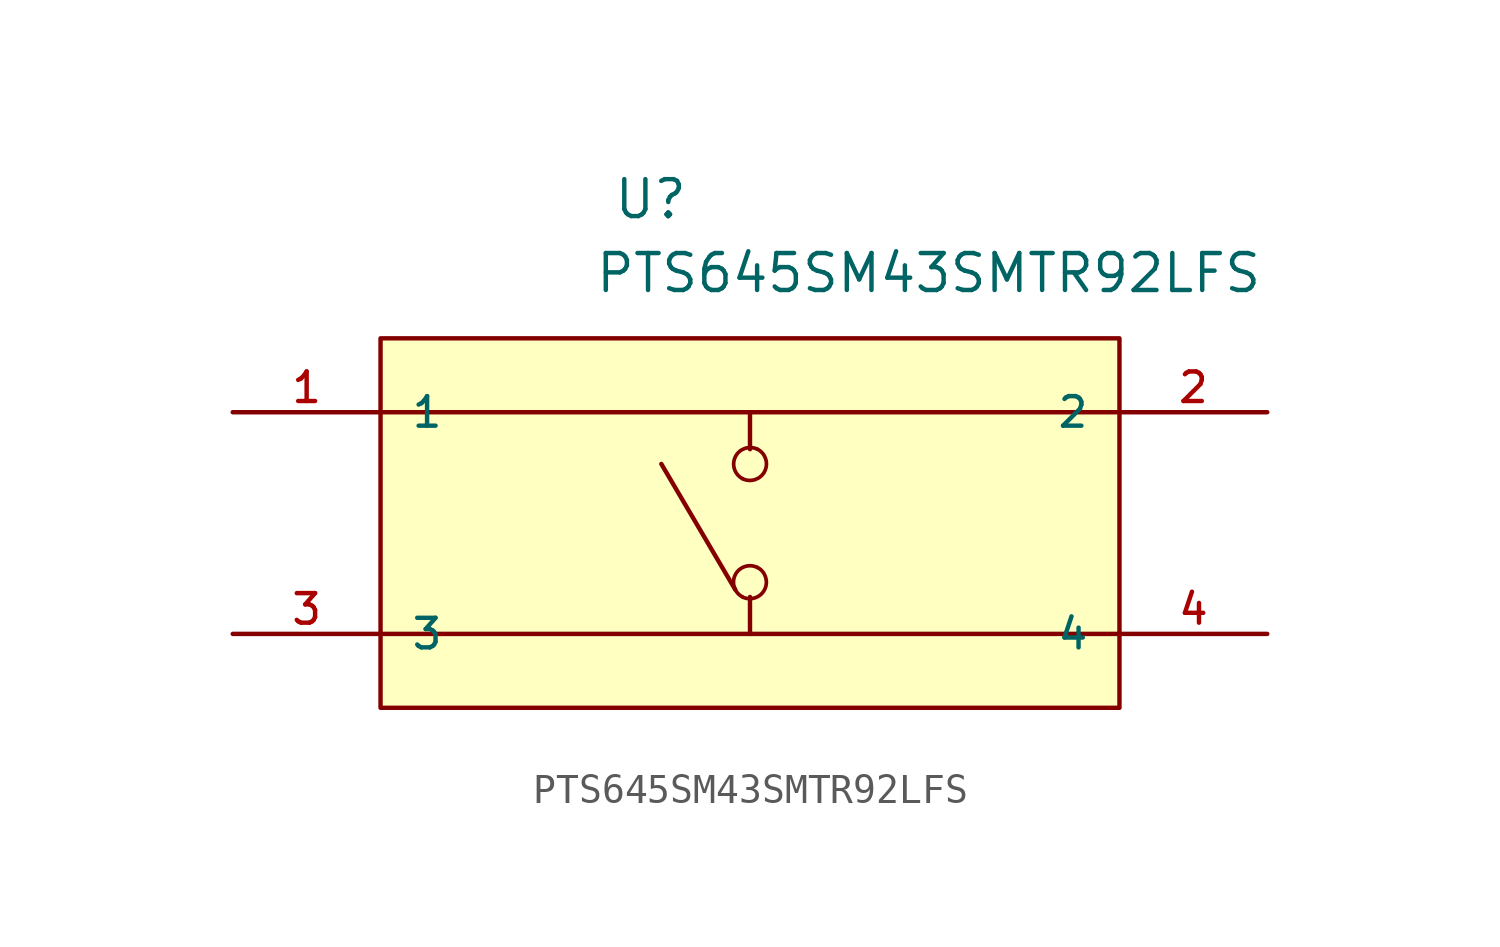
<source format=kicad_sym>
(kicad_symbol_lib
  (version 20211014)
  (generator kicad_symbol_editor)
  (symbol "PTS645SM43SMTR92LFS"
    (pin_names
      (offset 1.016))
    (property "Reference" "U"
      (at 15.596 6.579 0.0)
      (effects (font (size 1.27 1.27)) (justify bottom left)))
    (property "Value" "PTS645SM43SMTR92LFS"
      (at 14.961 4.039 0.0)
      (effects (font (size 1.27 1.27)) (justify bottom left)))
    (symbol "PTS645SM43SMTR92LFS_0_0"
      (polyline (pts (xy 7.62 0.0) (xy 20.32 0.0)) (stroke (width 0.152)))
      (polyline (pts (xy 20.32 0.0) (xy 33.02 0.0)) (stroke (width 0.152)))
      (polyline (pts (xy 20.32 0.0) (xy 20.32 -1.27)) (stroke (width 0.152)))
      (polyline (pts (xy 7.62 -7.62) (xy 20.32 -7.62)) (stroke (width 0.152)))
      (polyline (pts (xy 20.32 -7.62) (xy 33.02 -7.62)) (stroke (width 0.152)))
      (polyline (pts (xy 20.32 -7.62) (xy 20.32 -6.35)) (stroke (width 0.152)))
      (polyline (pts (xy 19.812 -6.096) (xy 17.272 -1.778)) (stroke (width 0.152)))
      (arc (start 20.574 -1.27) (mid 19.812 -1.524) (end 20.066 -2.286) (stroke (width 0.127) (type default) (color 0 0 0 0)) (fill (type none)))
      (arc (start 20.066 -2.286) (mid 20.828 -2.032) (end 20.574 -1.27) (stroke (width 0.127) (type default) (color 0 0 0 0)) (fill (type none)))
      (arc (start 20.574 -5.334) (mid 19.812 -5.588) (end 20.066 -6.35) (stroke (width 0.127) (type default) (color 0 0 0 0)) (fill (type none)))
      (arc (start 20.066 -6.35) (mid 20.828 -6.096) (end 20.574 -5.334) (stroke (width 0.127) (type default) (color 0 0 0 0)) (fill (type none)))
      (rectangle (start 7.62 -10.16) (end 33.02 2.54) (stroke (width 0.152)) (fill (type background)))
      (pin passive line (at 2.54 0.0 0) (length 5.08) (name "1" (effects (font (size 1.016 1.016)))) (number "1" (effects (font (size 1.016 1.016)))))
      (pin passive line (at 38.1 0.0 180.0) (length 5.08) (name "2" (effects (font (size 1.016 1.016)))) (number "2" (effects (font (size 1.016 1.016)))))
      (pin passive line (at 2.54 -7.62 0) (length 5.08) (name "3" (effects (font (size 1.016 1.016)))) (number "3" (effects (font (size 1.016 1.016)))))
      (pin passive line (at 38.1 -7.62 180.0) (length 5.08) (name "4" (effects (font (size 1.016 1.016)))) (number "4" (effects (font (size 1.016 1.016))))))))
</source>
